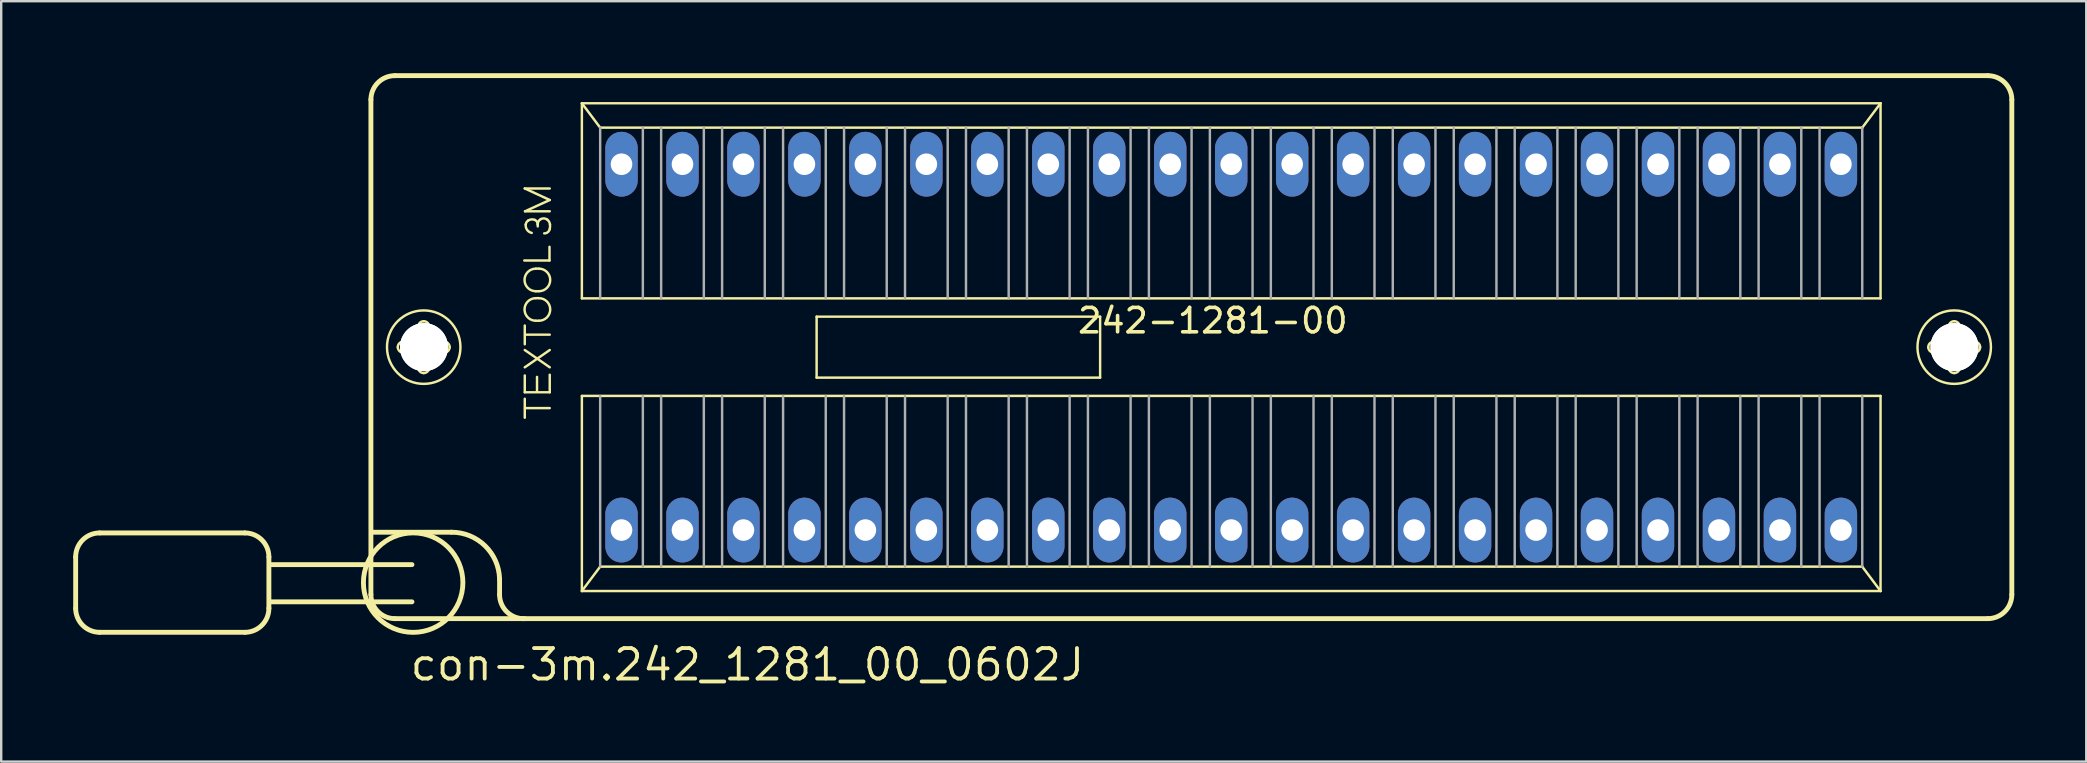
<source format=kicad_pcb>
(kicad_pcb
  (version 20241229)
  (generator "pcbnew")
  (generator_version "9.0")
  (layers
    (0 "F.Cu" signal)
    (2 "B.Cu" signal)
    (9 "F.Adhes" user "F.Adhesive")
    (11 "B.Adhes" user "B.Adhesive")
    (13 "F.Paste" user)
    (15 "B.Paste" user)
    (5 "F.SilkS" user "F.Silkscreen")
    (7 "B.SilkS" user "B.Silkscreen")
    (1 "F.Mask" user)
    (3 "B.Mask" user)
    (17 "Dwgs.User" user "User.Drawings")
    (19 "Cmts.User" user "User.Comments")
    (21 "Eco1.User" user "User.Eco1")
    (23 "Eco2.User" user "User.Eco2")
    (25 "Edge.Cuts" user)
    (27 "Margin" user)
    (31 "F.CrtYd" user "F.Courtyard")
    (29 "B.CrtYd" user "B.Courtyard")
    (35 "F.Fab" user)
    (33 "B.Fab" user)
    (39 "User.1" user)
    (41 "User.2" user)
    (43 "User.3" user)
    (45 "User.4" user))
  (footprint "con-3m.242_1281_00_0602J"
    (layer "F.Cu")
    (at 48.242 11.412)
    (property "Reference" "con-3m.242_1281_00_0602J" (at -34.29 13.97 0) (layer "F.SilkS") (effects (font (size 1.27 1.27) (thickness 0.16)) (justify left bottom)))
    (attr through_hole)
    (fp_line (start -48.14 8.74) (end -48.14 10.88) (stroke (width 0.203) (type default)) (layer "F.SilkS"))
    (fp_line (start -47.14 7.74) (end -41.09 7.74) (stroke (width 0.203) (type default)) (layer "F.SilkS"))
    (fp_line (start -41.09 11.88) (end -47.14 11.88) (stroke (width 0.203) (type default)) (layer "F.SilkS"))
    (fp_line (start -40.09 8.74) (end -40.09 10.88) (stroke (width 0.203) (type default)) (layer "F.SilkS"))
    (fp_line (start -35.84 10.31) (end -35.84 -10.31) (stroke (width 0.203) (type default)) (layer "F.SilkS"))
    (fp_line (start -35.73 7.71) (end -32.48 7.71) (stroke (width 0.203) (type default)) (layer "F.SilkS"))
    (fp_line (start -34.84 -11.31) (end 31.52 -11.31) (stroke (width 0.203) (type default)) (layer "F.SilkS"))
    (fp_line (start -34.49 -0.23) (end -33.94 -0.23) (stroke (width 0.102) (type default)) (layer "F.SilkS"))
    (fp_line (start -34.13 9.06) (end -40.04 9.06) (stroke (width 0.203) (type default)) (layer "F.SilkS"))
    (fp_line (start -34.13 10.61) (end -40.04 10.61) (stroke (width 0.203) (type default)) (layer "F.SilkS"))
    (fp_line (start -33.95 0.23) (end -34.49 0.23) (stroke (width 0.102) (type default)) (layer "F.SilkS"))
    (fp_line (start -33.87 -0.31) (end -33.87 -0.85) (stroke (width 0.102) (type default)) (layer "F.SilkS"))
    (fp_line (start -33.87 0.85) (end -33.87 0.3) (stroke (width 0.102) (type default)) (layer "F.SilkS"))
    (fp_line (start -33.41 -0.85) (end -33.41 -0.3) (stroke (width 0.102) (type default)) (layer "F.SilkS"))
    (fp_line (start -33.41 0.31) (end -33.41 0.85) (stroke (width 0.102) (type default)) (layer "F.SilkS"))
    (fp_line (start -33.33 -0.23) (end -32.79 -0.23) (stroke (width 0.102) (type default)) (layer "F.SilkS"))
    (fp_line (start -32.79 0.23) (end -33.34 0.23) (stroke (width 0.102) (type default)) (layer "F.SilkS"))
    (fp_line (start -30.48 9.66) (end -30.48 10.31) (stroke (width 0.203) (type default)) (layer "F.SilkS"))
    (fp_line (start -29.45 -3.61) (end -28.4 -3.61) (stroke (width 0.102) (type default)) (layer "F.SilkS"))
    (fp_line (start -29.43 -6.61) (end -28.39 -6.61) (stroke (width 0.102) (type default)) (layer "F.SilkS"))
    (fp_line (start -29.43 -0.12) (end -29.43 -0.9) (stroke (width 0.102) (type default)) (layer "F.SilkS"))
    (fp_line (start -29.43 0.12) (end -28.39 0.84) (stroke (width 0.102) (type default)) (layer "F.SilkS"))
    (fp_line (start -29.43 0.84) (end -28.39 0.12) (stroke (width 0.102) (type default)) (layer "F.SilkS"))
    (fp_line (start -29.43 1.18) (end -29.43 1.88) (stroke (width 0.102) (type default)) (layer "F.SilkS"))
    (fp_line (start -29.43 1.88) (end -28.39 1.88) (stroke (width 0.102) (type default)) (layer "F.SilkS"))
    (fp_line (start -29.43 2.94) (end -29.43 2.15) (stroke (width 0.102) (type default)) (layer "F.SilkS"))
    (fp_line (start -29.42 -5.66) (end -28.39 -6.13) (stroke (width 0.102) (type default)) (layer "F.SilkS"))
    (fp_line (start -29.42 2.54) (end -28.39 2.54) (stroke (width 0.102) (type default)) (layer "F.SilkS"))
    (fp_line (start -29.41 -0.52) (end -28.39 -0.52) (stroke (width 0.102) (type default)) (layer "F.SilkS"))
    (fp_line (start -28.97 -3.27) (end -28.84 -3.27) (stroke (width 0.102) (type default)) (layer "F.SilkS"))
    (fp_line (start -28.97 -2.33) (end -28.84 -2.33) (stroke (width 0.102) (type default)) (layer "F.SilkS"))
    (fp_line (start -28.97 -2.04) (end -28.84 -2.04) (stroke (width 0.102) (type default)) (layer "F.SilkS"))
    (fp_line (start -28.97 -1.1) (end -28.84 -1.1) (stroke (width 0.102) (type default)) (layer "F.SilkS"))
    (fp_line (start -28.92 1.24) (end -28.92 1.84) (stroke (width 0.102) (type default)) (layer "F.SilkS"))
    (fp_line (start -28.89 -5.03) (end -28.89 -5.12) (stroke (width 0.102) (type default)) (layer "F.SilkS"))
    (fp_line (start -28.4 -3.61) (end -28.4 -4.18) (stroke (width 0.102) (type default)) (layer "F.SilkS"))
    (fp_line (start -28.39 -6.13) (end -29.43 -6.61) (stroke (width 0.102) (type default)) (layer "F.SilkS"))
    (fp_line (start -28.39 -5.66) (end -29.42 -5.66) (stroke (width 0.102) (type default)) (layer "F.SilkS"))
    (fp_line (start -28.39 1.88) (end -28.39 1.15) (stroke (width 0.102) (type default)) (layer "F.SilkS"))
    (fp_line (start -27.051 -10.16) (end 27.051 -10.16) (stroke (width 0.102) (type default)) (layer "F.SilkS"))
    (fp_line (start -27.051 -2.032) (end -27.051 -10.16) (stroke (width 0.102) (type default)) (layer "F.SilkS"))
    (fp_line (start -27.051 2.032) (end 27.051 2.032) (stroke (width 0.102) (type default)) (layer "F.SilkS"))
    (fp_line (start -27.051 10.16) (end -27.051 2.032) (stroke (width 0.102) (type default)) (layer "F.SilkS"))
    (fp_line (start -27.051 10.16) (end -26.289 9.144) (stroke (width 0.102) (type default)) (layer "F.SilkS"))
    (fp_line (start -26.289 -9.144) (end -27.051 -10.16) (stroke (width 0.102) (type default)) (layer "F.SilkS"))
    (fp_line (start -26.289 9.144) (end 26.289 9.144) (stroke (width 0.102) (type default)) (layer "F.SilkS"))
    (fp_line (start -17.272 -1.27) (end -5.461 -1.27) (stroke (width 0.102) (type default)) (layer "F.SilkS"))
    (fp_line (start -17.272 1.27) (end -17.272 -1.27) (stroke (width 0.102) (type default)) (layer "F.SilkS"))
    (fp_line (start -5.461 -1.27) (end -5.461 1.27) (stroke (width 0.102) (type default)) (layer "F.SilkS"))
    (fp_line (start -5.461 1.27) (end -17.272 1.27) (stroke (width 0.102) (type default)) (layer "F.SilkS"))
    (fp_line (start 26.289 -9.144) (end -26.289 -9.144) (stroke (width 0.102) (type default)) (layer "F.SilkS"))
    (fp_line (start 26.289 9.144) (end 27.051 10.16) (stroke (width 0.102) (type default)) (layer "F.SilkS"))
    (fp_line (start 27.051 -10.16) (end 26.289 -9.144) (stroke (width 0.102) (type default)) (layer "F.SilkS"))
    (fp_line (start 27.051 -10.16) (end 27.051 -2.032) (stroke (width 0.102) (type default)) (layer "F.SilkS"))
    (fp_line (start 27.051 -2.032) (end -27.051 -2.032) (stroke (width 0.102) (type default)) (layer "F.SilkS"))
    (fp_line (start 27.051 2.032) (end 27.051 10.16) (stroke (width 0.102) (type default)) (layer "F.SilkS"))
    (fp_line (start 27.051 10.16) (end -27.051 10.16) (stroke (width 0.102) (type default)) (layer "F.SilkS"))
    (fp_line (start 29.27 -0.23) (end 29.82 -0.23) (stroke (width 0.102) (type default)) (layer "F.SilkS"))
    (fp_line (start 29.81 0.23) (end 29.27 0.23) (stroke (width 0.102) (type default)) (layer "F.SilkS"))
    (fp_line (start 29.89 -0.31) (end 29.89 -0.85) (stroke (width 0.102) (type default)) (layer "F.SilkS"))
    (fp_line (start 29.89 0.85) (end 29.89 0.3) (stroke (width 0.102) (type default)) (layer "F.SilkS"))
    (fp_line (start 30.35 -0.85) (end 30.35 -0.3) (stroke (width 0.102) (type default)) (layer "F.SilkS"))
    (fp_line (start 30.35 0.31) (end 30.35 0.85) (stroke (width 0.102) (type default)) (layer "F.SilkS"))
    (fp_line (start 30.43 -0.23) (end 30.97 -0.23) (stroke (width 0.102) (type default)) (layer "F.SilkS"))
    (fp_line (start 30.97 0.23) (end 30.42 0.23) (stroke (width 0.102) (type default)) (layer "F.SilkS"))
    (fp_line (start 31.52 11.31) (end -34.84 11.31) (stroke (width 0.203) (type default)) (layer "F.SilkS"))
    (fp_line (start 32.52 -10.31) (end 32.52 10.31) (stroke (width 0.203) (type default)) (layer "F.SilkS"))
    (fp_arc (start -48.14 8.74) (mid -47.847107 8.032893) (end -47.14 7.74) (stroke (width 0.2032) (type default)) (layer "F.SilkS"))
    (fp_arc (start -47.14 11.88) (mid -47.847107 11.587107) (end -48.14 10.88) (stroke (width 0.2032) (type default)) (layer "F.SilkS"))
    (fp_arc (start -41.09 7.74) (mid -40.382893 8.032893) (end -40.09 8.74) (stroke (width 0.2032) (type default)) (layer "F.SilkS"))
    (fp_arc (start -40.09 10.88) (mid -40.382893 11.587107) (end -41.09 11.88) (stroke (width 0.2032) (type default)) (layer "F.SilkS"))
    (fp_arc (start -35.84 -10.31) (mid -35.547107 -11.017107) (end -34.84 -11.31) (stroke (width 0.2032) (type default)) (layer "F.SilkS"))
    (fp_arc (start -34.84 11.31) (mid -35.547107 11.017107) (end -35.84 10.31) (stroke (width 0.2032) (type default)) (layer "F.SilkS"))
    (fp_arc (start -34.72 0) (mid -34.652635 -0.162635) (end -34.49 -0.23) (stroke (width 0.1016) (type default)) (layer "F.SilkS"))
    (fp_arc (start -34.49 0.23) (mid -34.652635 0.162635) (end -34.72 0) (stroke (width 0.1016) (type default)) (layer "F.SilkS"))
    (fp_arc (start -33.95 0.23) (mid -33.900503 0.250503) (end -33.88 0.3) (stroke (width 0.1016) (type default)) (layer "F.SilkS"))
    (fp_arc (start -33.87 -0.85) (mid -33.802635 -1.012635) (end -33.64 -1.08) (stroke (width 0.1016) (type default)) (layer "F.SilkS"))
    (fp_arc (start -33.87 -0.3) (mid -33.890503 -0.250503) (end -33.94 -0.23) (stroke (width 0.1016) (type default)) (layer "F.SilkS"))
    (fp_arc (start -33.64 -1.08) (mid -33.477365 -1.012635) (end -33.41 -0.85) (stroke (width 0.1016) (type default)) (layer "F.SilkS"))
    (fp_arc (start -33.64 1.08) (mid -33.802635 1.012635) (end -33.87 0.85) (stroke (width 0.1016) (type default)) (layer "F.SilkS"))
    (fp_arc (start -33.41 0.3) (mid -33.389497 0.250503) (end -33.34 0.23) (stroke (width 0.1016) (type default)) (layer "F.SilkS"))
    (fp_arc (start -33.41 0.85) (mid -33.477365 1.012635) (end -33.64 1.08) (stroke (width 0.1016) (type default)) (layer "F.SilkS"))
    (fp_arc (start -33.34 -0.23) (mid -33.389497 -0.250503) (end -33.41 -0.3) (stroke (width 0.1016) (type default)) (layer "F.SilkS"))
    (fp_arc (start -32.79 -0.23) (mid -32.627365 -0.162635) (end -32.56 0) (stroke (width 0.1016) (type default)) (layer "F.SilkS"))
    (fp_arc (start -32.56 0) (mid -32.627365 0.162635) (end -32.79 0.23) (stroke (width 0.1016) (type default)) (layer "F.SilkS"))
    (fp_arc (start -32.48 7.71) (mid -31.083341 8.27817) (end -30.48 9.66) (stroke (width 0.2032) (type default)) (layer "F.SilkS"))
    (fp_arc (start -29.43 11.31) (mid -30.169286 11.035) (end -30.48 10.31) (stroke (width 0.2032) (type default)) (layer "F.SilkS"))
    (fp_arc (start -29.39 -5.11) (mid -29.354621 -5.207696) (end -29.28 -5.28) (stroke (width 0.1016) (type default)) (layer "F.SilkS"))
    (fp_arc (start -29.28 -5.28) (mid -29.147382 -5.322157) (end -29.01 -5.3) (stroke (width 0.1016) (type default)) (layer "F.SilkS"))
    (fp_arc (start -29.14 -4.76) (mid -29.33297 -4.88645) (end -29.39 -5.11) (stroke (width 0.1016) (type default)) (layer "F.SilkS"))
    (fp_arc (start -29.01 -5.3) (mid -28.92275 -5.228167) (end -28.89 -5.12) (stroke (width 0.1016) (type default)) (layer "F.SilkS"))
    (fp_arc (start -28.97 -2.33) (mid -29.44 -2.8) (end -28.97 -3.27) (stroke (width 0.1016) (type default)) (layer "F.SilkS"))
    (fp_arc (start -28.97 -1.1) (mid -29.44 -1.57) (end -28.97 -2.04) (stroke (width 0.1016) (type default)) (layer "F.SilkS"))
    (fp_arc (start -28.89 -5.12) (mid -28.857891 -5.240938) (end -28.77 -5.33) (stroke (width 0.1016) (type default)) (layer "F.SilkS"))
    (fp_arc (start -28.84 -3.27) (mid -28.37 -2.8) (end -28.84 -2.33) (stroke (width 0.1016) (type default)) (layer "F.SilkS"))
    (fp_arc (start -28.84 -2.04) (mid -28.37 -1.57) (end -28.84 -1.1) (stroke (width 0.1016) (type default)) (layer "F.SilkS"))
    (fp_arc (start -28.77 -5.33) (mid -28.626886 -5.363595) (end -28.49 -5.31) (stroke (width 0.1016) (type default)) (layer "F.SilkS"))
    (fp_arc (start -28.49 -5.31) (mid -28.415084 -5.220954) (end -28.38 -5.11) (stroke (width 0.1016) (type default)) (layer "F.SilkS"))
    (fp_arc (start -28.39 -4.92) (mid -28.472524 -4.788503) (end -28.62 -4.74) (stroke (width 0.1016) (type default)) (layer "F.SilkS"))
    (fp_arc (start -28.38 -5.11) (mid -28.377277 -5.014594) (end -28.39 -4.92) (stroke (width 0.1016) (type default)) (layer "F.SilkS"))
    (fp_arc (start 29.04 0) (mid 29.107365 -0.162635) (end 29.27 -0.23) (stroke (width 0.1016) (type default)) (layer "F.SilkS"))
    (fp_arc (start 29.27 0.23) (mid 29.107365 0.162635) (end 29.04 0) (stroke (width 0.1016) (type default)) (layer "F.SilkS"))
    (fp_arc (start 29.81 0.23) (mid 29.859497 0.250503) (end 29.88 0.3) (stroke (width 0.1016) (type default)) (layer "F.SilkS"))
    (fp_arc (start 29.89 -0.85) (mid 29.957365 -1.012635) (end 30.12 -1.08) (stroke (width 0.1016) (type default)) (layer "F.SilkS"))
    (fp_arc (start 29.89 -0.3) (mid 29.869497 -0.250503) (end 29.82 -0.23) (stroke (width 0.1016) (type default)) (layer "F.SilkS"))
    (fp_arc (start 30.12 -1.08) (mid 30.282635 -1.012635) (end 30.35 -0.85) (stroke (width 0.1016) (type default)) (layer "F.SilkS"))
    (fp_arc (start 30.12 1.08) (mid 29.957365 1.012635) (end 29.89 0.85) (stroke (width 0.1016) (type default)) (layer "F.SilkS"))
    (fp_arc (start 30.35 0.3) (mid 30.370503 0.250503) (end 30.42 0.23) (stroke (width 0.1016) (type default)) (layer "F.SilkS"))
    (fp_arc (start 30.35 0.85) (mid 30.282635 1.012635) (end 30.12 1.08) (stroke (width 0.1016) (type default)) (layer "F.SilkS"))
    (fp_arc (start 30.42 -0.23) (mid 30.370503 -0.250503) (end 30.35 -0.3) (stroke (width 0.1016) (type default)) (layer "F.SilkS"))
    (fp_arc (start 30.97 -0.23) (mid 31.132635 -0.162635) (end 31.2 0) (stroke (width 0.1016) (type default)) (layer "F.SilkS"))
    (fp_arc (start 31.2 0) (mid 31.132635 0.162635) (end 30.97 0.23) (stroke (width 0.1016) (type default)) (layer "F.SilkS"))
    (fp_arc (start 31.52 -11.31) (mid 32.227107 -11.017107) (end 32.52 -10.31) (stroke (width 0.2032) (type default)) (layer "F.SilkS"))
    (fp_arc (start 32.52 10.31) (mid 32.227107 11.017107) (end 31.52 11.31) (stroke (width 0.2032) (type default)) (layer "F.SilkS"))
    (fp_circle (center -34.08 9.81) (end -32.008 9.81) (stroke (width 0.203) (type default)) (fill no) (layer "F.SilkS"))
    (fp_circle (center -33.64 0) (end -32.11 0) (stroke (width 0.102) (type default)) (fill no) (layer "F.SilkS"))
    (fp_circle (center 30.12 0) (end 31.65 0) (stroke (width 0.102) (type default)) (fill no) (layer "F.SilkS"))
    (fp_line (start -26.289 -9.144) (end -26.289 -2.032) (stroke (width 0.102) (type default)) (layer "F.Fab"))
    (fp_line (start -26.289 2.032) (end -26.289 9.144) (stroke (width 0.102) (type default)) (layer "F.Fab"))
    (fp_line (start -24.511 -2.032) (end -24.511 -9.144) (stroke (width 0.102) (type default)) (layer "F.Fab"))
    (fp_line (start -24.511 2.032) (end -24.511 9.144) (stroke (width 0.102) (type default)) (layer "F.Fab"))
    (fp_line (start -23.749 -2.032) (end -23.749 -9.144) (stroke (width 0.102) (type default)) (layer "F.Fab"))
    (fp_line (start -23.749 2.032) (end -23.749 9.144) (stroke (width 0.102) (type default)) (layer "F.Fab"))
    (fp_line (start -21.971 -2.032) (end -21.971 -9.144) (stroke (width 0.102) (type default)) (layer "F.Fab"))
    (fp_line (start -21.971 2.032) (end -21.971 9.144) (stroke (width 0.102) (type default)) (layer "F.Fab"))
    (fp_line (start -21.209 -2.032) (end -21.209 -9.144) (stroke (width 0.102) (type default)) (layer "F.Fab"))
    (fp_line (start -21.209 2.032) (end -21.209 9.144) (stroke (width 0.102) (type default)) (layer "F.Fab"))
    (fp_line (start -19.431 -2.032) (end -19.431 -9.144) (stroke (width 0.102) (type default)) (layer "F.Fab"))
    (fp_line (start -19.431 2.032) (end -19.431 9.144) (stroke (width 0.102) (type default)) (layer "F.Fab"))
    (fp_line (start -18.669 -2.032) (end -18.669 -9.144) (stroke (width 0.102) (type default)) (layer "F.Fab"))
    (fp_line (start -18.669 2.032) (end -18.669 9.144) (stroke (width 0.102) (type default)) (layer "F.Fab"))
    (fp_line (start -16.891 -2.032) (end -16.891 -9.144) (stroke (width 0.102) (type default)) (layer "F.Fab"))
    (fp_line (start -16.891 2.032) (end -16.891 9.144) (stroke (width 0.102) (type default)) (layer "F.Fab"))
    (fp_line (start -16.129 -2.032) (end -16.129 -9.144) (stroke (width 0.102) (type default)) (layer "F.Fab"))
    (fp_line (start -16.129 2.032) (end -16.129 9.144) (stroke (width 0.102) (type default)) (layer "F.Fab"))
    (fp_line (start -14.351 -2.032) (end -14.351 -9.144) (stroke (width 0.102) (type default)) (layer "F.Fab"))
    (fp_line (start -14.351 2.032) (end -14.351 9.144) (stroke (width 0.102) (type default)) (layer "F.Fab"))
    (fp_line (start -13.589 -2.032) (end -13.589 -9.144) (stroke (width 0.102) (type default)) (layer "F.Fab"))
    (fp_line (start -13.589 2.032) (end -13.589 9.144) (stroke (width 0.102) (type default)) (layer "F.Fab"))
    (fp_line (start -11.811 -2.032) (end -11.811 -9.144) (stroke (width 0.102) (type default)) (layer "F.Fab"))
    (fp_line (start -11.811 2.032) (end -11.811 9.144) (stroke (width 0.102) (type default)) (layer "F.Fab"))
    (fp_line (start -11.049 -2.032) (end -11.049 -9.144) (stroke (width 0.102) (type default)) (layer "F.Fab"))
    (fp_line (start -11.049 2.032) (end -11.049 9.144) (stroke (width 0.102) (type default)) (layer "F.Fab"))
    (fp_line (start -9.271 -2.032) (end -9.271 -9.144) (stroke (width 0.102) (type default)) (layer "F.Fab"))
    (fp_line (start -9.271 2.032) (end -9.271 9.144) (stroke (width 0.102) (type default)) (layer "F.Fab"))
    (fp_line (start -8.509 -2.032) (end -8.509 -9.144) (stroke (width 0.102) (type default)) (layer "F.Fab"))
    (fp_line (start -8.509 2.032) (end -8.509 9.144) (stroke (width 0.102) (type default)) (layer "F.Fab"))
    (fp_line (start -6.731 -2.032) (end -6.731 -9.144) (stroke (width 0.102) (type default)) (layer "F.Fab"))
    (fp_line (start -6.731 2.032) (end -6.731 9.144) (stroke (width 0.102) (type default)) (layer "F.Fab"))
    (fp_line (start -5.969 -2.032) (end -5.969 -9.144) (stroke (width 0.102) (type default)) (layer "F.Fab"))
    (fp_line (start -5.969 2.032) (end -5.969 9.144) (stroke (width 0.102) (type default)) (layer "F.Fab"))
    (fp_line (start -4.191 -2.032) (end -4.191 -9.144) (stroke (width 0.102) (type default)) (layer "F.Fab"))
    (fp_line (start -4.191 2.032) (end -4.191 9.144) (stroke (width 0.102) (type default)) (layer "F.Fab"))
    (fp_line (start -3.429 -2.032) (end -3.429 -9.144) (stroke (width 0.102) (type default)) (layer "F.Fab"))
    (fp_line (start -3.429 2.032) (end -3.429 9.144) (stroke (width 0.102) (type default)) (layer "F.Fab"))
    (fp_line (start -1.651 -2.032) (end -1.651 -9.144) (stroke (width 0.102) (type default)) (layer "F.Fab"))
    (fp_line (start -1.651 2.032) (end -1.651 9.144) (stroke (width 0.102) (type default)) (layer "F.Fab"))
    (fp_line (start -0.889 -2.032) (end -0.889 -9.144) (stroke (width 0.102) (type default)) (layer "F.Fab"))
    (fp_line (start -0.889 2.032) (end -0.889 9.144) (stroke (width 0.102) (type default)) (layer "F.Fab"))
    (fp_line (start 0.889 -2.032) (end 0.889 -9.144) (stroke (width 0.102) (type default)) (layer "F.Fab"))
    (fp_line (start 0.889 2.032) (end 0.889 9.144) (stroke (width 0.102) (type default)) (layer "F.Fab"))
    (fp_line (start 1.651 -2.032) (end 1.651 -9.144) (stroke (width 0.102) (type default)) (layer "F.Fab"))
    (fp_line (start 1.651 2.032) (end 1.651 9.144) (stroke (width 0.102) (type default)) (layer "F.Fab"))
    (fp_line (start 3.429 -2.032) (end 3.429 -9.144) (stroke (width 0.102) (type default)) (layer "F.Fab"))
    (fp_line (start 3.429 2.032) (end 3.429 9.144) (stroke (width 0.102) (type default)) (layer "F.Fab"))
    (fp_line (start 4.191 -2.032) (end 4.191 -9.144) (stroke (width 0.102) (type default)) (layer "F.Fab"))
    (fp_line (start 4.191 2.032) (end 4.191 9.144) (stroke (width 0.102) (type default)) (layer "F.Fab"))
    (fp_line (start 5.969 -2.032) (end 5.969 -9.144) (stroke (width 0.102) (type default)) (layer "F.Fab"))
    (fp_line (start 5.969 2.032) (end 5.969 9.144) (stroke (width 0.102) (type default)) (layer "F.Fab"))
    (fp_line (start 6.731 -2.032) (end 6.731 -9.144) (stroke (width 0.102) (type default)) (layer "F.Fab"))
    (fp_line (start 6.731 2.032) (end 6.731 9.144) (stroke (width 0.102) (type default)) (layer "F.Fab"))
    (fp_line (start 8.509 -2.032) (end 8.509 -9.144) (stroke (width 0.102) (type default)) (layer "F.Fab"))
    (fp_line (start 8.509 2.032) (end 8.509 9.144) (stroke (width 0.102) (type default)) (layer "F.Fab"))
    (fp_line (start 9.271 -2.032) (end 9.271 -9.144) (stroke (width 0.102) (type default)) (layer "F.Fab"))
    (fp_line (start 9.271 2.032) (end 9.271 9.144) (stroke (width 0.102) (type default)) (layer "F.Fab"))
    (fp_line (start 11.049 -2.032) (end 11.049 -9.144) (stroke (width 0.102) (type default)) (layer "F.Fab"))
    (fp_line (start 11.049 2.032) (end 11.049 9.144) (stroke (width 0.102) (type default)) (layer "F.Fab"))
    (fp_line (start 11.811 -2.032) (end 11.811 -9.144) (stroke (width 0.102) (type default)) (layer "F.Fab"))
    (fp_line (start 11.811 2.032) (end 11.811 9.144) (stroke (width 0.102) (type default)) (layer "F.Fab"))
    (fp_line (start 13.589 -2.032) (end 13.589 -9.144) (stroke (width 0.102) (type default)) (layer "F.Fab"))
    (fp_line (start 13.589 2.032) (end 13.589 9.144) (stroke (width 0.102) (type default)) (layer "F.Fab"))
    (fp_line (start 14.351 -2.032) (end 14.351 -9.144) (stroke (width 0.102) (type default)) (layer "F.Fab"))
    (fp_line (start 14.351 2.032) (end 14.351 9.144) (stroke (width 0.102) (type default)) (layer "F.Fab"))
    (fp_line (start 16.129 -2.032) (end 16.129 -9.144) (stroke (width 0.102) (type default)) (layer "F.Fab"))
    (fp_line (start 16.129 2.032) (end 16.129 9.144) (stroke (width 0.102) (type default)) (layer "F.Fab"))
    (fp_line (start 16.891 -2.032) (end 16.891 -9.144) (stroke (width 0.102) (type default)) (layer "F.Fab"))
    (fp_line (start 16.891 2.032) (end 16.891 9.144) (stroke (width 0.102) (type default)) (layer "F.Fab"))
    (fp_line (start 18.669 -2.032) (end 18.669 -9.144) (stroke (width 0.102) (type default)) (layer "F.Fab"))
    (fp_line (start 18.669 2.032) (end 18.669 9.144) (stroke (width 0.102) (type default)) (layer "F.Fab"))
    (fp_line (start 19.431 -2.032) (end 19.431 -9.144) (stroke (width 0.102) (type default)) (layer "F.Fab"))
    (fp_line (start 19.431 2.032) (end 19.431 9.144) (stroke (width 0.102) (type default)) (layer "F.Fab"))
    (fp_line (start 21.209 -2.032) (end 21.209 -9.144) (stroke (width 0.102) (type default)) (layer "F.Fab"))
    (fp_line (start 21.209 2.032) (end 21.209 9.144) (stroke (width 0.102) (type default)) (layer "F.Fab"))
    (fp_line (start 21.971 -2.032) (end 21.971 -9.144) (stroke (width 0.102) (type default)) (layer "F.Fab"))
    (fp_line (start 21.971 2.032) (end 21.971 9.144) (stroke (width 0.102) (type default)) (layer "F.Fab"))
    (fp_line (start 23.749 -2.032) (end 23.749 -9.144) (stroke (width 0.102) (type default)) (layer "F.Fab"))
    (fp_line (start 23.749 2.032) (end 23.749 9.144) (stroke (width 0.102) (type default)) (layer "F.Fab"))
    (fp_line (start 24.511 -2.032) (end 24.511 -9.144) (stroke (width 0.102) (type default)) (layer "F.Fab"))
    (fp_line (start 24.511 2.032) (end 24.511 9.144) (stroke (width 0.102) (type default)) (layer "F.Fab"))
    (fp_line (start 26.289 -2.032) (end 26.289 -9.144) (stroke (width 0.102) (type default)) (layer "F.Fab"))
    (fp_line (start 26.289 9.144) (end 26.289 2.032) (stroke (width 0.102) (type default)) (layer "F.Fab"))
    (fp_text user "242-1281-00" (at -6.477 -0.508 180) (layer "F.SilkS") (effects (font (size 1.016 1.016) (thickness 0.15)) (justify left bottom)))
    (pad "" np_thru_hole circle (at -33.63 0) (size 2 2) (drill 2) (layers "*.Cu" "*.Mask"))
    (pad "" np_thru_hole circle (at -33.63 0) (size 2 2) (drill 2) (layers "*.Cu" "*.Mask"))
    (pad "" np_thru_hole circle (at 30.13 0) (size 2 2) (drill 2) (layers "*.Cu" "*.Mask"))
    (pad "" np_thru_hole circle (at 30.13 0) (size 2 2) (drill 2) (layers "*.Cu" "*.Mask"))
    (pad "1" thru_hole oval (at -25.4 7.62 90) (size 2.7 1.35) (drill 0.9) (layers "*.Cu" "*.Mask"))
    (pad "2" thru_hole oval (at -22.86 7.62 90) (size 2.7 1.35) (drill 0.9) (layers "*.Cu" "*.Mask"))
    (pad "3" thru_hole oval (at -20.32 7.62 90) (size 2.7 1.35) (drill 0.9) (layers "*.Cu" "*.Mask"))
    (pad "4" thru_hole oval (at -17.78 7.62 90) (size 2.7 1.35) (drill 0.9) (layers "*.Cu" "*.Mask"))
    (pad "5" thru_hole oval (at -15.24 7.62 90) (size 2.7 1.35) (drill 0.9) (layers "*.Cu" "*.Mask"))
    (pad "6" thru_hole oval (at -12.7 7.62 90) (size 2.7 1.35) (drill 0.9) (layers "*.Cu" "*.Mask"))
    (pad "7" thru_hole oval (at -10.16 7.62 90) (size 2.7 1.35) (drill 0.9) (layers "*.Cu" "*.Mask"))
    (pad "8" thru_hole oval (at -7.62 7.62 90) (size 2.7 1.35) (drill 0.9) (layers "*.Cu" "*.Mask"))
    (pad "9" thru_hole oval (at -5.08 7.62 90) (size 2.7 1.35) (drill 0.9) (layers "*.Cu" "*.Mask"))
    (pad "10" thru_hole oval (at -2.54 7.62 90) (size 2.7 1.35) (drill 0.9) (layers "*.Cu" "*.Mask"))
    (pad "11" thru_hole oval (at 0 7.62 90) (size 2.7 1.35) (drill 0.9) (layers "*.Cu" "*.Mask"))
    (pad "12" thru_hole oval (at 2.54 7.62 90) (size 2.7 1.35) (drill 0.9) (layers "*.Cu" "*.Mask"))
    (pad "13" thru_hole oval (at 5.08 7.62 90) (size 2.7 1.35) (drill 0.9) (layers "*.Cu" "*.Mask"))
    (pad "14" thru_hole oval (at 7.62 7.62 90) (size 2.7 1.35) (drill 0.9) (layers "*.Cu" "*.Mask"))
    (pad "15" thru_hole oval (at 10.16 7.62 90) (size 2.7 1.35) (drill 0.9) (layers "*.Cu" "*.Mask"))
    (pad "16" thru_hole oval (at 12.7 7.62 90) (size 2.7 1.35) (drill 0.9) (layers "*.Cu" "*.Mask"))
    (pad "17" thru_hole oval (at 15.24 7.62 90) (size 2.7 1.35) (drill 0.9) (layers "*.Cu" "*.Mask"))
    (pad "18" thru_hole oval (at 17.78 7.62 90) (size 2.7 1.35) (drill 0.9) (layers "*.Cu" "*.Mask"))
    (pad "19" thru_hole oval (at 20.32 7.62 90) (size 2.7 1.35) (drill 0.9) (layers "*.Cu" "*.Mask"))
    (pad "20" thru_hole oval (at 22.86 7.62 90) (size 2.7 1.35) (drill 0.9) (layers "*.Cu" "*.Mask"))
    (pad "21" thru_hole oval (at 25.4 7.62 90) (size 2.7 1.35) (drill 0.9) (layers "*.Cu" "*.Mask"))
    (pad "22" thru_hole oval (at 25.4 -7.62 90) (size 2.7 1.35) (drill 0.9) (layers "*.Cu" "*.Mask"))
    (pad "23" thru_hole oval (at 22.86 -7.62 90) (size 2.7 1.35) (drill 0.9) (layers "*.Cu" "*.Mask"))
    (pad "24" thru_hole oval (at 20.32 -7.62 90) (size 2.7 1.35) (drill 0.9) (layers "*.Cu" "*.Mask"))
    (pad "25" thru_hole oval (at 17.78 -7.62 90) (size 2.7 1.35) (drill 0.9) (layers "*.Cu" "*.Mask"))
    (pad "26" thru_hole oval (at 15.24 -7.62 90) (size 2.7 1.35) (drill 0.9) (layers "*.Cu" "*.Mask"))
    (pad "27" thru_hole oval (at 12.7 -7.62 90) (size 2.7 1.35) (drill 0.9) (layers "*.Cu" "*.Mask"))
    (pad "28" thru_hole oval (at 10.16 -7.62 90) (size 2.7 1.35) (drill 0.9) (layers "*.Cu" "*.Mask"))
    (pad "29" thru_hole oval (at 7.62 -7.62 90) (size 2.7 1.35) (drill 0.9) (layers "*.Cu" "*.Mask"))
    (pad "30" thru_hole oval (at 5.08 -7.62 90) (size 2.7 1.35) (drill 0.9) (layers "*.Cu" "*.Mask"))
    (pad "31" thru_hole oval (at 2.54 -7.62 90) (size 2.7 1.35) (drill 0.9) (layers "*.Cu" "*.Mask"))
    (pad "32" thru_hole oval (at 0 -7.62 90) (size 2.7 1.35) (drill 0.9) (layers "*.Cu" "*.Mask"))
    (pad "33" thru_hole oval (at -2.54 -7.62 90) (size 2.7 1.35) (drill 0.9) (layers "*.Cu" "*.Mask"))
    (pad "34" thru_hole oval (at -5.08 -7.62 90) (size 2.7 1.35) (drill 0.9) (layers "*.Cu" "*.Mask"))
    (pad "35" thru_hole oval (at -7.62 -7.62 90) (size 2.7 1.35) (drill 0.9) (layers "*.Cu" "*.Mask"))
    (pad "36" thru_hole oval (at -10.16 -7.62 90) (size 2.7 1.35) (drill 0.9) (layers "*.Cu" "*.Mask"))
    (pad "37" thru_hole oval (at -12.7 -7.62 90) (size 2.7 1.35) (drill 0.9) (layers "*.Cu" "*.Mask"))
    (pad "38" thru_hole oval (at -15.24 -7.62 90) (size 2.7 1.35) (drill 0.9) (layers "*.Cu" "*.Mask"))
    (pad "39" thru_hole oval (at -17.78 -7.62 90) (size 2.7 1.35) (drill 0.9) (layers "*.Cu" "*.Mask"))
    (pad "40" thru_hole oval (at -20.32 -7.62 90) (size 2.7 1.35) (drill 0.9) (layers "*.Cu" "*.Mask"))
    (pad "41" thru_hole oval (at -22.86 -7.62 90) (size 2.7 1.35) (drill 0.9) (layers "*.Cu" "*.Mask"))
    (pad "42" thru_hole oval (at -25.4 -7.62 90) (size 2.7 1.35) (drill 0.9) (layers "*.Cu" "*.Mask")))
  (gr_rect
    (start -3 -3)
    (end 83.863 28.679)
    (stroke (width 0.1) (type default))
    (fill no)
    (layer "Edge.Cuts")))
</source>
